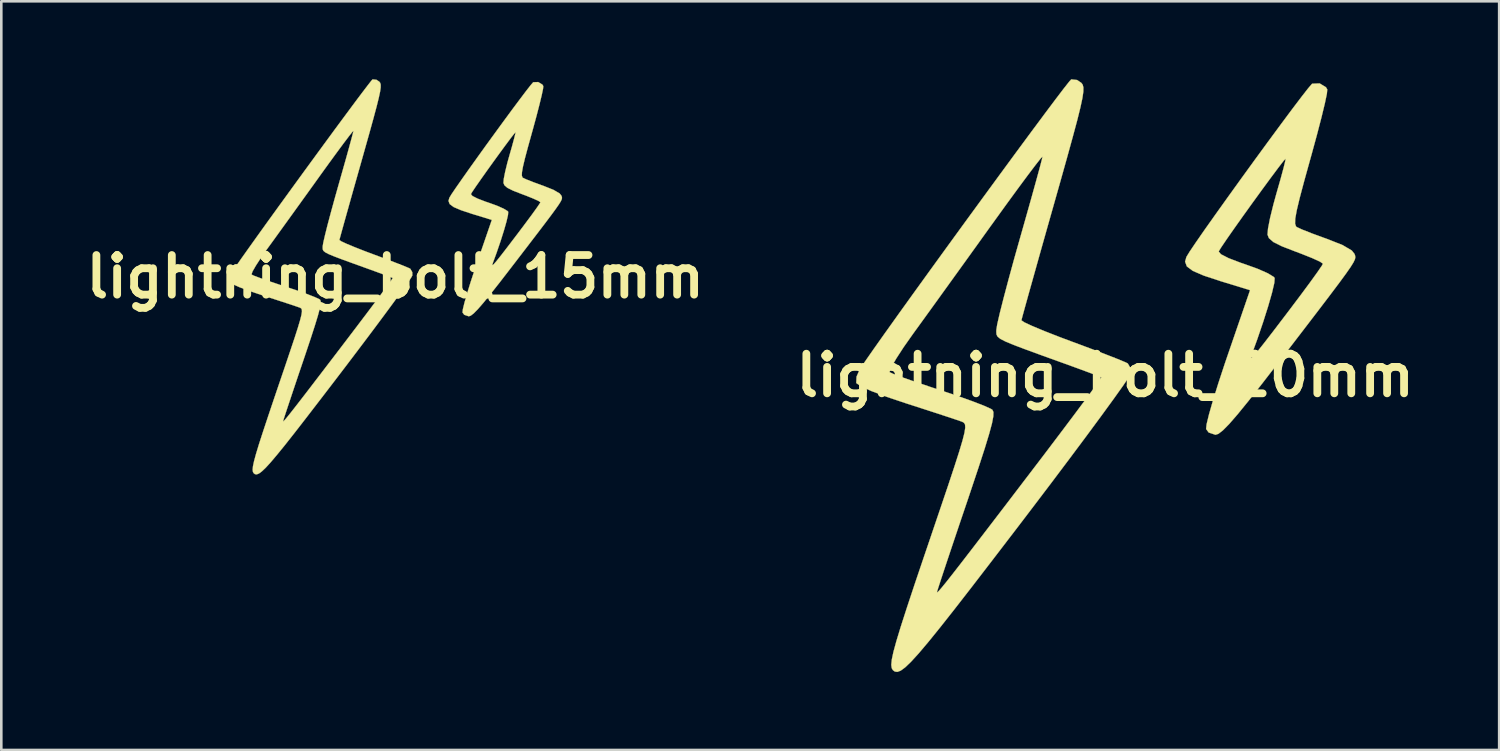
<source format=kicad_pcb>
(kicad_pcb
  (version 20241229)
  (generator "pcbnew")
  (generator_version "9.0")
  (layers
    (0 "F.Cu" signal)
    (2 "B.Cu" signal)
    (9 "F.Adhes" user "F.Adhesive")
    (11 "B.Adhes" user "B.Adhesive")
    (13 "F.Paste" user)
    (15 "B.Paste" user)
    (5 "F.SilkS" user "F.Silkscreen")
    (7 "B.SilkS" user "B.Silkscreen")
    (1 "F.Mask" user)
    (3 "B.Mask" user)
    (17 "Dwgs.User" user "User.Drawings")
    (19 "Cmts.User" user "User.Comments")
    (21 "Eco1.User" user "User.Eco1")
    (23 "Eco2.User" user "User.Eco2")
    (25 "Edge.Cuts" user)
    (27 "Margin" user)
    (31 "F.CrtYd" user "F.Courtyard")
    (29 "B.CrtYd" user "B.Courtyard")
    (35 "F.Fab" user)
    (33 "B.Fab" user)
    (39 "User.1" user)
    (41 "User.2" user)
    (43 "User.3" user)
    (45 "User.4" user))
  (footprint "lightning_bolt_15mm"
    (layer "F.Cu")
    (at 12.163 7.601)
    (property "Reference" "lightning_bolt_15mm" (at 0 0 0) (layer "F.SilkS") (effects (font (size 1.524 1.524) (thickness 0.3))))
    (attr through_hole)
    (fp_poly (pts (xy 5.665 -7.394) (xy 5.698 -7.337) (xy 5.688 -7.229) (xy 5.636 -6.983) (xy 5.55 -6.627) (xy 5.436 -6.186) (xy 5.3 -5.686) (xy 5.265 -5.56) (xy 5.105 -4.984) (xy 4.989 -4.549) (xy 4.915 -4.237) (xy 4.877 -4.025) (xy 4.872 -3.894) (xy 4.895 -3.824) (xy 4.915 -3.807) (xy 5.05 -3.744) (xy 5.297 -3.646) (xy 5.61 -3.531) (xy 5.693 -3.502) (xy 6.09 -3.344) (xy 6.328 -3.205) (xy 6.397 -3.117) (xy 6.412 -3.074) (xy 6.418 -3.033) (xy 6.408 -2.98) (xy 6.371 -2.901) (xy 6.298 -2.783) (xy 6.18 -2.614) (xy 6.008 -2.379) (xy 5.771 -2.064) (xy 5.462 -1.658) (xy 5.07 -1.146) (xy 4.586 -0.515) (xy 4.495 -0.397) (xy 4.043 0.189) (xy 3.68 0.65) (xy 3.396 0.999) (xy 3.179 1.249) (xy 3.019 1.412) (xy 2.905 1.499) (xy 2.829 1.524) (xy 2.655 1.465) (xy 2.589 1.376) (xy 2.602 1.254) (xy 2.664 0.999) (xy 2.768 0.636) (xy 2.906 0.191) (xy 3.071 -0.31) (xy 3.129 -0.48) (xy 3.717 -2.187) (xy 2.958 -2.419) (xy 2.53 -2.561) (xy 2.248 -2.682) (xy 2.094 -2.797) (xy 2.049 -2.918) (xy 2.083 -3.04) (xy 2.162 -3.169) (xy 2.169 -3.18) (xy 2.911 -3.18) (xy 2.969 -3.109) (xy 3.167 -3.008) (xy 3.479 -2.888) (xy 3.588 -2.852) (xy 3.913 -2.735) (xy 4.172 -2.62) (xy 4.325 -2.527) (xy 4.348 -2.499) (xy 4.339 -2.375) (xy 4.281 -2.123) (xy 4.182 -1.776) (xy 4.052 -1.365) (xy 3.9 -0.921) (xy 3.764 -0.55) (xy 3.738 -0.469) (xy 3.745 -0.444) (xy 3.796 -0.487) (xy 3.903 -0.611) (xy 4.077 -0.829) (xy 4.328 -1.155) (xy 4.669 -1.602) (xy 4.729 -1.681) (xy 5.013 -2.059) (xy 5.258 -2.389) (xy 5.446 -2.65) (xy 5.56 -2.817) (xy 5.587 -2.866) (xy 5.513 -2.918) (xy 5.314 -3.008) (xy 5.029 -3.123) (xy 4.888 -3.175) (xy 4.534 -3.313) (xy 4.314 -3.423) (xy 4.2 -3.523) (xy 4.165 -3.612) (xy 4.177 -3.767) (xy 4.231 -4.04) (xy 4.316 -4.389) (xy 4.394 -4.667) (xy 4.496 -5.024) (xy 4.574 -5.314) (xy 4.621 -5.504) (xy 4.629 -5.56) (xy 4.576 -5.502) (xy 4.444 -5.333) (xy 4.255 -5.08) (xy 4.026 -4.768) (xy 3.777 -4.425) (xy 3.527 -4.077) (xy 3.297 -3.752) (xy 3.104 -3.476) (xy 2.969 -3.276) (xy 2.911 -3.18) (xy 2.169 -3.18) (xy 2.322 -3.407) (xy 2.55 -3.734) (xy 2.83 -4.131) (xy 3.148 -4.576) (xy 3.489 -5.05) (xy 3.84 -5.533) (xy 4.184 -6.004) (xy 4.507 -6.443) (xy 4.796 -6.83) (xy 5.034 -7.145) (xy 5.208 -7.368) (xy 5.303 -7.478) (xy 5.313 -7.486) (xy 5.503 -7.493) (xy 5.665 -7.394)) (stroke (width 0.01) (type solid)) (fill yes) (layer "F.SilkS"))
    (fp_poly (pts (xy -0.721 -7.58) (xy -0.611 -7.505) (xy -0.578 -7.459) (xy -0.56 -7.39) (xy -0.561 -7.281) (xy -0.585 -7.116) (xy -0.636 -6.879) (xy -0.717 -6.553) (xy -0.832 -6.123) (xy -0.984 -5.572) (xy -1.178 -4.883) (xy -1.307 -4.425) (xy -1.499 -3.747) (xy -1.676 -3.121) (xy -1.832 -2.564) (xy -1.963 -2.097) (xy -2.063 -1.737) (xy -2.127 -1.503) (xy -2.15 -1.414) (xy -2.078 -1.363) (xy -1.872 -1.267) (xy -1.559 -1.137) (xy -1.164 -0.982) (xy -0.847 -0.863) (xy -0.399 -0.697) (xy -0.003 -0.546) (xy 0.313 -0.423) (xy 0.518 -0.337) (xy 0.579 -0.308) (xy 0.656 -0.175) (xy 0.658 -0.047) (xy 0.601 0.053) (xy 0.45 0.275) (xy 0.215 0.606) (xy -0.096 1.032) (xy -0.471 1.54) (xy -0.903 2.119) (xy -1.382 2.755) (xy -1.897 3.435) (xy -2.236 3.88) (xy -2.869 4.706) (xy -3.408 5.407) (xy -3.861 5.991) (xy -4.237 6.468) (xy -4.545 6.847) (xy -4.791 7.138) (xy -4.985 7.351) (xy -5.135 7.493) (xy -5.248 7.576) (xy -5.333 7.608) (xy -5.399 7.599) (xy -5.447 7.564) (xy -5.478 7.511) (xy -5.489 7.426) (xy -5.476 7.292) (xy -5.434 7.094) (xy -5.359 6.819) (xy -5.247 6.45) (xy -5.093 5.974) (xy -4.894 5.375) (xy -4.646 4.638) (xy -4.499 4.205) (xy -4.239 3.441) (xy -4.03 2.821) (xy -3.866 2.33) (xy -3.745 1.952) (xy -3.662 1.672) (xy -3.612 1.475) (xy -3.592 1.344) (xy -3.596 1.263) (xy -3.622 1.218) (xy -3.664 1.193) (xy -3.684 1.185) (xy -3.829 1.135) (xy -4.101 1.044) (xy -4.468 0.924) (xy -4.896 0.785) (xy -5.105 0.718) (xy -5.604 0.55) (xy -5.995 0.403) (xy -6.261 0.284) (xy -6.384 0.2) (xy -6.388 0.192) (xy -6.381 0.032) (xy -6.325 -0.094) (xy -5.534 -0.094) (xy -5.53 -0.083) (xy -5.429 -0.035) (xy -5.196 0.052) (xy -4.862 0.17) (xy -4.455 0.306) (xy -4.233 0.379) (xy -3.797 0.524) (xy -3.414 0.66) (xy -3.115 0.776) (xy -2.932 0.859) (xy -2.894 0.883) (xy -2.869 0.94) (xy -2.871 1.05) (xy -2.906 1.23) (xy -2.977 1.495) (xy -3.089 1.864) (xy -3.247 2.353) (xy -3.456 2.978) (xy -3.55 3.257) (xy -3.749 3.843) (xy -3.928 4.376) (xy -4.081 4.834) (xy -4.202 5.198) (xy -4.283 5.446) (xy -4.317 5.558) (xy -4.318 5.561) (xy -4.308 5.566) (xy -4.272 5.533) (xy -4.201 5.453) (xy -4.088 5.314) (xy -3.923 5.105) (xy -3.699 4.817) (xy -3.406 4.438) (xy -3.037 3.956) (xy -2.583 3.363) (xy -2.035 2.646) (xy -1.998 2.597) (xy -1.565 2.028) (xy -1.167 1.503) (xy -0.816 1.037) (xy -0.523 0.643) (xy -0.298 0.338) (xy -0.153 0.136) (xy -0.098 0.051) (xy -0.098 0.049) (xy -0.185 0.013) (xy -0.397 -0.067) (xy -0.702 -0.18) (xy -1.016 -0.294) (xy -1.592 -0.502) (xy -2.028 -0.66) (xy -2.344 -0.78) (xy -2.559 -0.869) (xy -2.692 -0.938) (xy -2.763 -0.996) (xy -2.791 -1.053) (xy -2.794 -1.117) (xy -2.793 -1.17) (xy -2.77 -1.312) (xy -2.706 -1.591) (xy -2.608 -1.984) (xy -2.48 -2.464) (xy -2.331 -3.008) (xy -2.201 -3.47) (xy -2.04 -4.037) (xy -1.895 -4.549) (xy -1.774 -4.986) (xy -1.682 -5.325) (xy -1.625 -5.542) (xy -1.609 -5.614) (xy -1.656 -5.567) (xy -1.788 -5.4) (xy -1.994 -5.128) (xy -2.259 -4.769) (xy -2.572 -4.34) (xy -2.92 -3.858) (xy -2.931 -3.842) (xy -3.328 -3.289) (xy -3.734 -2.725) (xy -4.126 -2.181) (xy -4.481 -1.689) (xy -4.775 -1.282) (xy -4.927 -1.074) (xy -5.168 -0.73) (xy -5.36 -0.435) (xy -5.488 -0.214) (xy -5.534 -0.094) (xy -6.325 -0.094) (xy -6.296 -0.16) (xy -6.155 -0.369) (xy -5.937 -0.683) (xy -5.651 -1.086) (xy -5.31 -1.564) (xy -4.924 -2.102) (xy -4.504 -2.683) (xy -4.062 -3.292) (xy -3.609 -3.915) (xy -3.156 -4.536) (xy -2.714 -5.14) (xy -2.295 -5.711) (xy -1.908 -6.234) (xy -1.567 -6.694) (xy -1.281 -7.075) (xy -1.062 -7.363) (xy -0.922 -7.542) (xy -0.872 -7.596) (xy -0.721 -7.58)) (stroke (width 0.01) (type solid)) (fill yes) (layer "F.SilkS")))
  (footprint "lightning_bolt_20mm"
    (layer "F.Cu")
    (at 39.489 11.399)
    (property "Reference" "lightning_bolt_20mm" (at 0 0 0) (layer "F.SilkS") (effects (font (size 1.524 1.524) (thickness 0.3))))
    (attr through_hole)
    (fp_poly (pts (xy 8.497 -11.091) (xy 8.547 -11.006) (xy 8.532 -10.843) (xy 8.455 -10.475) (xy 8.326 -9.941) (xy 8.154 -9.279) (xy 7.95 -8.53) (xy 7.897 -8.34) (xy 7.657 -7.475) (xy 7.484 -6.824) (xy 7.372 -6.355) (xy 7.315 -6.038) (xy 7.308 -5.842) (xy 7.343 -5.737) (xy 7.373 -5.71) (xy 7.575 -5.616) (xy 7.946 -5.469) (xy 8.415 -5.297) (xy 8.539 -5.253) (xy 9.135 -5.017) (xy 9.491 -4.807) (xy 9.596 -4.675) (xy 9.618 -4.611) (xy 9.627 -4.55) (xy 9.612 -4.47) (xy 9.556 -4.351) (xy 9.447 -4.175) (xy 9.27 -3.921) (xy 9.011 -3.568) (xy 8.657 -3.097) (xy 8.193 -2.487) (xy 7.605 -1.719) (xy 6.879 -0.773) (xy 6.743 -0.596) (xy 6.065 0.283) (xy 5.521 0.975) (xy 5.094 1.499) (xy 4.768 1.874) (xy 4.528 2.117) (xy 4.357 2.249) (xy 4.244 2.286) (xy 3.982 2.198) (xy 3.883 2.063) (xy 3.902 1.881) (xy 3.995 1.498) (xy 4.151 0.954) (xy 4.359 0.287) (xy 4.607 -0.465) (xy 4.694 -0.72) (xy 5.575 -3.28) (xy 4.437 -3.629) (xy 3.794 -3.841) (xy 3.372 -4.023) (xy 3.142 -4.195) (xy 3.074 -4.378) (xy 3.125 -4.56) (xy 3.243 -4.753) (xy 3.254 -4.77) (xy 4.367 -4.77) (xy 4.454 -4.664) (xy 4.75 -4.512) (xy 5.219 -4.333) (xy 5.382 -4.278) (xy 5.87 -4.102) (xy 6.258 -3.931) (xy 6.487 -3.791) (xy 6.522 -3.749) (xy 6.509 -3.562) (xy 6.421 -3.185) (xy 6.272 -2.664) (xy 6.077 -2.048) (xy 5.85 -1.382) (xy 5.647 -0.826) (xy 5.607 -0.704) (xy 5.617 -0.666) (xy 5.695 -0.73) (xy 5.855 -0.916) (xy 6.115 -1.244) (xy 6.493 -1.733) (xy 7.003 -2.403) (xy 7.093 -2.521) (xy 7.52 -3.088) (xy 7.887 -3.584) (xy 8.169 -3.975) (xy 8.34 -4.225) (xy 8.38 -4.299) (xy 8.269 -4.377) (xy 7.972 -4.513) (xy 7.544 -4.684) (xy 7.333 -4.763) (xy 6.801 -4.969) (xy 6.471 -5.134) (xy 6.3 -5.284) (xy 6.247 -5.418) (xy 6.266 -5.65) (xy 6.346 -6.06) (xy 6.475 -6.584) (xy 6.59 -7.001) (xy 6.743 -7.536) (xy 6.861 -7.971) (xy 6.931 -8.256) (xy 6.943 -8.339) (xy 6.863 -8.254) (xy 6.667 -8) (xy 6.382 -7.619) (xy 6.039 -7.152) (xy 5.665 -6.637) (xy 5.291 -6.116) (xy 4.945 -5.628) (xy 4.656 -5.214) (xy 4.454 -4.914) (xy 4.367 -4.77) (xy 3.254 -4.77) (xy 3.483 -5.11) (xy 3.824 -5.602) (xy 4.245 -6.196) (xy 4.722 -6.864) (xy 5.234 -7.575) (xy 5.759 -8.299) (xy 6.276 -9.006) (xy 6.761 -9.664) (xy 7.193 -10.245) (xy 7.551 -10.717) (xy 7.812 -11.051) (xy 7.954 -11.217) (xy 7.969 -11.228) (xy 8.254 -11.239) (xy 8.497 -11.091)) (stroke (width 0.01) (type solid)) (fill yes) (layer "F.SilkS"))
    (fp_poly (pts (xy -1.082 -11.37) (xy -0.917 -11.258) (xy -0.867 -11.189) (xy -0.84 -11.085) (xy -0.842 -10.921) (xy -0.878 -10.673) (xy -0.954 -10.318) (xy -1.075 -9.829) (xy -1.248 -9.184) (xy -1.476 -8.358) (xy -1.766 -7.325) (xy -1.961 -6.637) (xy -2.249 -5.621) (xy -2.514 -4.681) (xy -2.748 -3.847) (xy -2.945 -3.145) (xy -3.095 -2.605) (xy -3.191 -2.254) (xy -3.225 -2.121) (xy -3.117 -2.045) (xy -2.808 -1.901) (xy -2.338 -1.705) (xy -1.747 -1.474) (xy -1.27 -1.295) (xy -0.599 -1.046) (xy -0.004 -0.819) (xy 0.469 -0.634) (xy 0.777 -0.506) (xy 0.869 -0.461) (xy 0.984 -0.263) (xy 0.986 -0.071) (xy 0.901 0.08) (xy 0.675 0.413) (xy 0.322 0.908) (xy -0.144 1.548) (xy -0.707 2.311) (xy -1.355 3.179) (xy -2.072 4.133) (xy -2.846 5.153) (xy -3.354 5.82) (xy -4.303 7.059) (xy -5.111 8.11) (xy -5.792 8.987) (xy -6.356 9.702) (xy -6.817 10.271) (xy -7.187 10.708) (xy -7.478 11.026) (xy -7.702 11.24) (xy -7.872 11.364) (xy -8 11.412) (xy -8.098 11.398) (xy -8.17 11.345) (xy -8.217 11.267) (xy -8.234 11.139) (xy -8.214 10.937) (xy -8.151 10.641) (xy -8.038 10.228) (xy -7.87 9.675) (xy -7.64 8.961) (xy -7.342 8.062) (xy -6.969 6.958) (xy -6.748 6.308) (xy -6.359 5.161) (xy -6.044 4.231) (xy -5.8 3.495) (xy -5.618 2.928) (xy -5.493 2.509) (xy -5.418 2.212) (xy -5.387 2.015) (xy -5.394 1.895) (xy -5.433 1.827) (xy -5.496 1.789) (xy -5.526 1.777) (xy -5.743 1.702) (xy -6.152 1.566) (xy -6.702 1.386) (xy -7.344 1.178) (xy -7.658 1.077) (xy -8.406 0.826) (xy -8.993 0.605) (xy -9.392 0.426) (xy -9.575 0.3) (xy -9.582 0.288) (xy -9.572 0.049) (xy -9.488 -0.141) (xy -8.301 -0.141) (xy -8.296 -0.124) (xy -8.144 -0.053) (xy -7.795 0.079) (xy -7.293 0.255) (xy -6.683 0.459) (xy -6.35 0.568) (xy -5.696 0.786) (xy -5.121 0.991) (xy -4.673 1.164) (xy -4.398 1.288) (xy -4.341 1.325) (xy -4.303 1.41) (xy -4.307 1.575) (xy -4.358 1.845) (xy -4.465 2.243) (xy -4.633 2.796) (xy -4.871 3.529) (xy -5.184 4.466) (xy -5.325 4.885) (xy -5.623 5.764) (xy -5.892 6.564) (xy -6.122 7.251) (xy -6.303 7.797) (xy -6.424 8.169) (xy -6.476 8.336) (xy -6.477 8.342) (xy -6.462 8.349) (xy -6.408 8.3) (xy -6.302 8.179) (xy -6.132 7.971) (xy -5.885 7.658) (xy -5.548 7.225) (xy -5.109 6.656) (xy -4.556 5.935) (xy -3.874 5.044) (xy -3.053 3.968) (xy -2.997 3.895) (xy -2.347 3.043) (xy -1.751 2.255) (xy -1.224 1.555) (xy -0.784 0.965) (xy -0.447 0.507) (xy -0.229 0.203) (xy -0.147 0.076) (xy -0.147 0.074) (xy -0.277 0.02) (xy -0.596 -0.101) (xy -1.054 -0.27) (xy -1.524 -0.441) (xy -2.388 -0.752) (xy -3.042 -0.991) (xy -3.516 -1.17) (xy -3.838 -1.304) (xy -4.038 -1.407) (xy -4.144 -1.494) (xy -4.186 -1.579) (xy -4.192 -1.676) (xy -4.19 -1.755) (xy -4.156 -1.968) (xy -4.06 -2.387) (xy -3.911 -2.975) (xy -3.72 -3.696) (xy -3.497 -4.512) (xy -3.301 -5.205) (xy -3.06 -6.055) (xy -2.843 -6.824) (xy -2.661 -7.479) (xy -2.522 -7.987) (xy -2.437 -8.313) (xy -2.413 -8.421) (xy -2.483 -8.351) (xy -2.682 -8.099) (xy -2.99 -7.692) (xy -3.389 -7.153) (xy -3.858 -6.51) (xy -4.38 -5.786) (xy -4.397 -5.764) (xy -4.992 -4.934) (xy -5.601 -4.088) (xy -6.189 -3.272) (xy -6.721 -2.534) (xy -7.163 -1.923) (xy -7.39 -1.61) (xy -7.752 -1.096) (xy -8.041 -0.652) (xy -8.232 -0.321) (xy -8.301 -0.141) (xy -9.488 -0.141) (xy -9.444 -0.24) (xy -9.233 -0.553) (xy -8.905 -1.024) (xy -8.477 -1.629) (xy -7.965 -2.346) (xy -7.386 -3.152) (xy -6.756 -4.024) (xy -6.093 -4.939) (xy -5.414 -5.873) (xy -4.734 -6.804) (xy -4.071 -7.71) (xy -3.442 -8.567) (xy -2.863 -9.351) (xy -2.35 -10.041) (xy -1.922 -10.613) (xy -1.593 -11.045) (xy -1.382 -11.312) (xy -1.307 -11.394) (xy -1.082 -11.37)) (stroke (width 0.01) (type solid)) (fill yes) (layer "F.SilkS")))
  (gr_rect
    (start -3 -3)
    (end 54.652 25.816)
    (stroke (width 0.1) (type default))
    (fill no)
    (layer "Edge.Cuts")))
</source>
